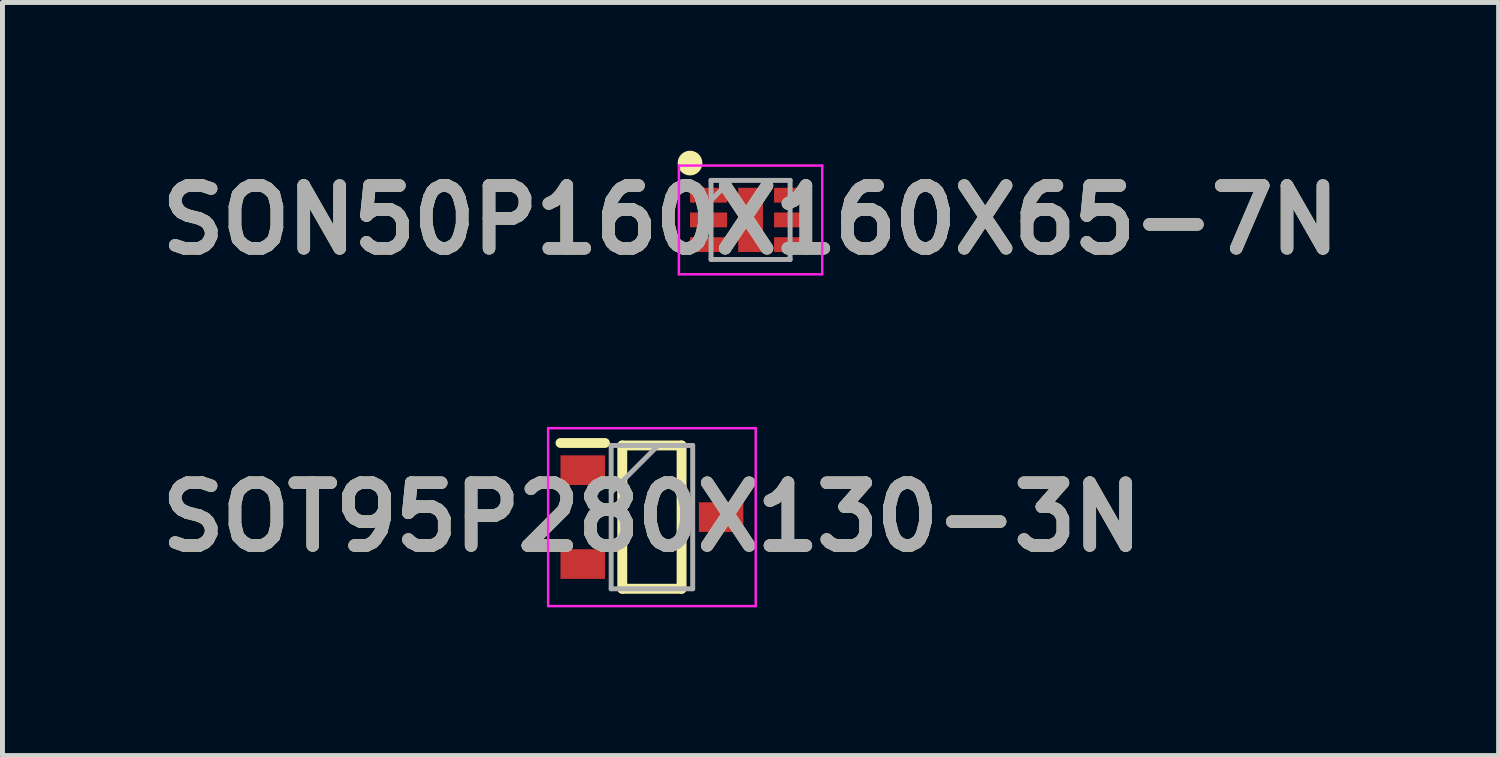
<source format=kicad_pcb>
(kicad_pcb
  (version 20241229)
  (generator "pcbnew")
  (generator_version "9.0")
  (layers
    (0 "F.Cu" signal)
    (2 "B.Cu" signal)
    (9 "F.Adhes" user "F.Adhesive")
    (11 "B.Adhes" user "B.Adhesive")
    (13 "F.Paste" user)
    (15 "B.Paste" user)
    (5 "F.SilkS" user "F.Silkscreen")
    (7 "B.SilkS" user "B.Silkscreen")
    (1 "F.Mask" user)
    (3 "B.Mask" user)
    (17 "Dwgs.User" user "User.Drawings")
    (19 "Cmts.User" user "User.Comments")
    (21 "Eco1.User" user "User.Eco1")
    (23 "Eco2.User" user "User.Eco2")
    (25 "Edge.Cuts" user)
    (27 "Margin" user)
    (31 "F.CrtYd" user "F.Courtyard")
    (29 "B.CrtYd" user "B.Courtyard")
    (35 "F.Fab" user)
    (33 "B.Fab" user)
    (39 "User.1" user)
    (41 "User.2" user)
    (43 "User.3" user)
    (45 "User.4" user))
  (footprint "SOT95P280X130-3N"
    (layer "F.Cu")
    (at 10.142 7.414)
    (property "Reference" "SOT95P280X130-3N" (at 0 0 0) (layer "F.SilkS") (effects (font (size 1.27 1.27) (thickness 0.254))))
    (attr smd)
    (fp_line (start -1.85 -1.5) (end -0.95 -1.5) (stroke (width 0.2) (type solid)) (layer "F.SilkS"))
    (fp_line (start -0.6 -1.45) (end 0.6 -1.45) (stroke (width 0.2) (type solid)) (layer "F.SilkS"))
    (fp_line (start -0.6 1.45) (end -0.6 -1.45) (stroke (width 0.2) (type solid)) (layer "F.SilkS"))
    (fp_line (start 0.6 -1.45) (end 0.6 1.45) (stroke (width 0.2) (type solid)) (layer "F.SilkS"))
    (fp_line (start 0.6 1.45) (end -0.6 1.45) (stroke (width 0.2) (type solid)) (layer "F.SilkS"))
    (fp_line (start -2.1 -1.8) (end 2.1 -1.8) (stroke (width 0.05) (type solid)) (layer "F.CrtYd"))
    (fp_line (start -2.1 1.8) (end -2.1 -1.8) (stroke (width 0.05) (type solid)) (layer "F.CrtYd"))
    (fp_line (start 2.1 -1.8) (end 2.1 1.8) (stroke (width 0.05) (type solid)) (layer "F.CrtYd"))
    (fp_line (start 2.1 1.8) (end -2.1 1.8) (stroke (width 0.05) (type solid)) (layer "F.CrtYd"))
    (fp_line (start -0.825 -1.45) (end 0.825 -1.45) (stroke (width 0.1) (type solid)) (layer "F.Fab"))
    (fp_line (start -0.825 -0.5) (end 0.125 -1.45) (stroke (width 0.1) (type solid)) (layer "F.Fab"))
    (fp_line (start -0.825 1.45) (end -0.825 -1.45) (stroke (width 0.1) (type solid)) (layer "F.Fab"))
    (fp_line (start 0.825 -1.45) (end 0.825 1.45) (stroke (width 0.1) (type solid)) (layer "F.Fab"))
    (fp_line (start 0.825 1.45) (end -0.825 1.45) (stroke (width 0.1) (type solid)) (layer "F.Fab"))
    (fp_text user "${REFERENCE}" (at 0 0 0) (layer "F.Fab") (effects (font (size 1.27 1.27) (thickness 0.254))))
    (pad "1" smd rect (at -1.4 -0.95 90) (size 0.6 0.9) (layers "F.Cu" "F.Mask" "F.Paste"))
    (pad "2" smd rect (at -1.4 0.95 90) (size 0.6 0.9) (layers "F.Cu" "F.Mask" "F.Paste"))
    (pad "3" smd rect (at 1.4 0 90) (size 0.6 0.9) (layers "F.Cu" "F.Mask" "F.Paste")))
  (footprint "SON50P160X160X65-7N"
    (layer "F.Cu")
    (at 12.138 1.4)
    (property "Reference" "SON50P160X160X65-7N" (at 0 0 0) (layer "F.SilkS") (effects (font (size 1.27 1.27) (thickness 0.254))))
    (attr smd)
    (fp_circle (center -1.225 -1.15) (end -1.225 -1.025) (stroke (width 0.25) (type solid)) (fill no) (layer "F.SilkS"))
    (fp_line (start -1.45 -1.1) (end 1.45 -1.1) (stroke (width 0.05) (type solid)) (layer "F.CrtYd"))
    (fp_line (start -1.45 1.1) (end -1.45 -1.1) (stroke (width 0.05) (type solid)) (layer "F.CrtYd"))
    (fp_line (start 1.45 -1.1) (end 1.45 1.1) (stroke (width 0.05) (type solid)) (layer "F.CrtYd"))
    (fp_line (start 1.45 1.1) (end -1.45 1.1) (stroke (width 0.05) (type solid)) (layer "F.CrtYd"))
    (fp_line (start -0.8 -0.8) (end 0.8 -0.8) (stroke (width 0.1) (type solid)) (layer "F.Fab"))
    (fp_line (start -0.8 -0.4) (end -0.4 -0.8) (stroke (width 0.1) (type solid)) (layer "F.Fab"))
    (fp_line (start -0.8 0.8) (end -0.8 -0.8) (stroke (width 0.1) (type solid)) (layer "F.Fab"))
    (fp_line (start 0.8 -0.8) (end 0.8 0.8) (stroke (width 0.1) (type solid)) (layer "F.Fab"))
    (fp_line (start 0.8 0.8) (end -0.8 0.8) (stroke (width 0.1) (type solid)) (layer "F.Fab"))
    (fp_text user "${REFERENCE}" (at 0 0 0) (layer "F.Fab") (effects (font (size 1.27 1.27) (thickness 0.254))))
    (pad "1" smd rect (at -0.85 -0.5 90) (size 0.3 0.75) (layers "F.Cu" "F.Mask" "F.Paste"))
    (pad "2" smd rect (at -0.85 0 90) (size 0.3 0.75) (layers "F.Cu" "F.Mask" "F.Paste"))
    (pad "3" smd rect (at -0.85 0.5 90) (size 0.3 0.75) (layers "F.Cu" "F.Mask" "F.Paste"))
    (pad "4" smd rect (at 0.85 0.5 90) (size 0.3 0.75) (layers "F.Cu" "F.Mask" "F.Paste"))
    (pad "5" smd rect (at 0.85 0 90) (size 0.3 0.75) (layers "F.Cu" "F.Mask" "F.Paste"))
    (pad "6" smd rect (at 0.85 -0.5 90) (size 0.3 0.75) (layers "F.Cu" "F.Mask" "F.Paste"))
    (pad "7" smd rect (at 0 0) (size 0.5 1.3) (layers "F.Cu" "F.Mask" "F.Paste")))
  (gr_rect
    (start -3 -3)
    (end 27.275 12.239)
    (stroke (width 0.1) (type default))
    (fill no)
    (layer "Edge.Cuts")))
</source>
